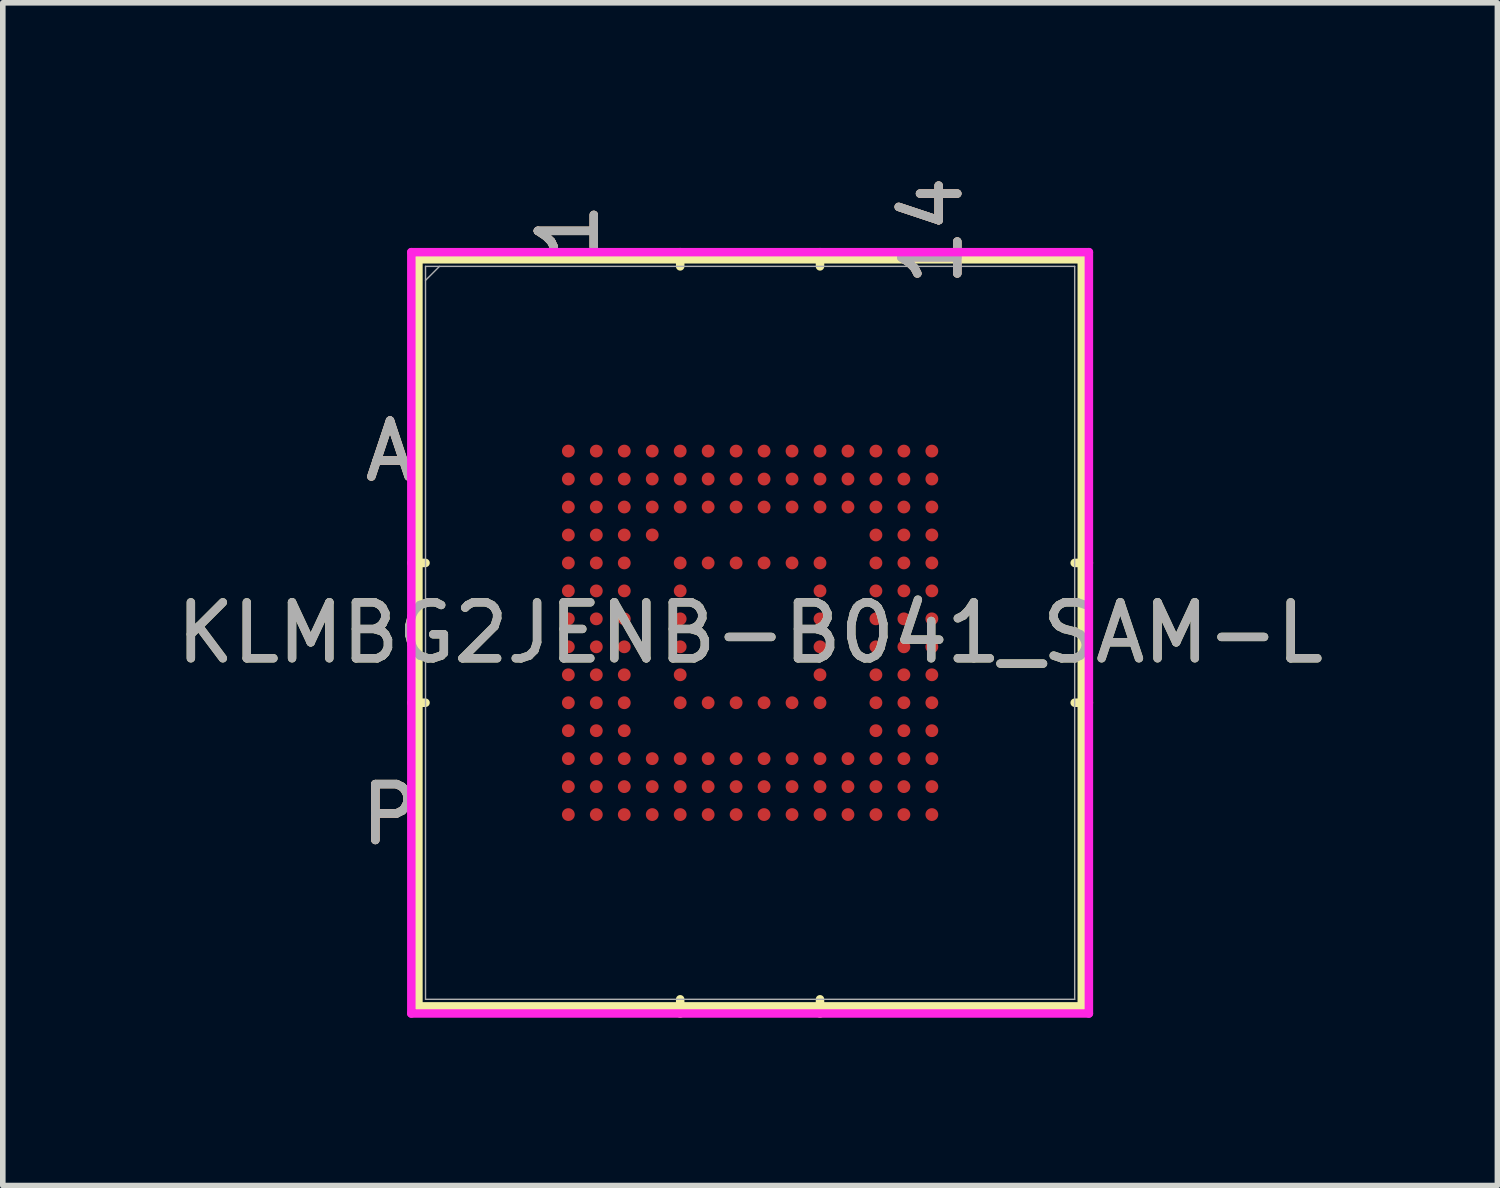
<source format=kicad_pcb>
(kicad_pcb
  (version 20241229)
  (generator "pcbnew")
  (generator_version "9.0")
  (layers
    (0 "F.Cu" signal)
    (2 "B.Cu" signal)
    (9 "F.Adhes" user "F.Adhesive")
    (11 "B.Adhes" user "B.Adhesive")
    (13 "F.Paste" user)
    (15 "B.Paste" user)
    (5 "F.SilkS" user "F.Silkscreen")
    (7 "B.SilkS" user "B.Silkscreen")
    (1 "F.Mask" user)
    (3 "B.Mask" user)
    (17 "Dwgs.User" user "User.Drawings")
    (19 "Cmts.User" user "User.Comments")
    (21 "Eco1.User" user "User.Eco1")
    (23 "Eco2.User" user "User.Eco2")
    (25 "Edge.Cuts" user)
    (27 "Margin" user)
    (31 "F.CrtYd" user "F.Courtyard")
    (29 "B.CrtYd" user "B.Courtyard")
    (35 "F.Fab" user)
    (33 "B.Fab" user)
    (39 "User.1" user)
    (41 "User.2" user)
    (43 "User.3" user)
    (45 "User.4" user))
  (footprint "KLMBG2JENB-B041_SAM-L"
    (layer "F.Cu")
    (at 10.363 8.266)
    (property "Reference" "KLMBG2JENB-B041_SAM-L" (at 0 0 0) (unlocked yes) (layer "F.SilkS") (effects (font (size 1 1) (thickness 0.15))))
    (attr smd)
    (fp_line (start -5.931 -6.68) (end -5.931 6.68) (stroke (width 0.152) (type solid)) (layer "F.SilkS"))
    (fp_line (start -5.931 6.68) (end 5.931 6.68) (stroke (width 0.152) (type solid)) (layer "F.SilkS"))
    (fp_line (start -5.804 -1.25) (end -6.058 -1.25) (stroke (width 0.152) (type solid)) (layer "F.SilkS"))
    (fp_line (start -5.804 1.25) (end -6.058 1.25) (stroke (width 0.152) (type solid)) (layer "F.SilkS"))
    (fp_line (start -1.25 -6.553) (end -1.25 -6.807) (stroke (width 0.152) (type solid)) (layer "F.SilkS"))
    (fp_line (start -1.25 6.553) (end -1.25 6.807) (stroke (width 0.152) (type solid)) (layer "F.SilkS"))
    (fp_line (start 1.25 -6.553) (end 1.25 -6.807) (stroke (width 0.152) (type solid)) (layer "F.SilkS"))
    (fp_line (start 1.25 6.553) (end 1.25 6.807) (stroke (width 0.152) (type solid)) (layer "F.SilkS"))
    (fp_line (start 5.804 -1.25) (end 6.058 -1.25) (stroke (width 0.152) (type solid)) (layer "F.SilkS"))
    (fp_line (start 5.804 1.25) (end 6.058 1.25) (stroke (width 0.152) (type solid)) (layer "F.SilkS"))
    (fp_line (start 5.931 -6.68) (end -5.931 -6.68) (stroke (width 0.152) (type solid)) (layer "F.SilkS"))
    (fp_line (start 5.931 6.68) (end 5.931 -6.68) (stroke (width 0.152) (type solid)) (layer "F.SilkS"))
    (fp_poly (pts (xy -3.945 -3.945) (xy 3.945 -3.945) (xy 3.945 3.945) (xy -3.945 3.945)) (stroke (width 0.1) (type solid)) (fill no) (layer "Eco2.User"))
    (fp_line (start -6.058 -6.807) (end 6.058 -6.807) (stroke (width 0.152) (type solid)) (layer "F.CrtYd"))
    (fp_line (start -6.058 6.807) (end -6.058 -6.807) (stroke (width 0.152) (type solid)) (layer "F.CrtYd"))
    (fp_line (start 6.058 -6.807) (end 6.058 6.807) (stroke (width 0.152) (type solid)) (layer "F.CrtYd"))
    (fp_line (start 6.058 6.807) (end -6.058 6.807) (stroke (width 0.152) (type solid)) (layer "F.CrtYd"))
    (fp_line (start -5.804 -6.553) (end -5.804 6.553) (stroke (width 0.025) (type solid)) (layer "F.Fab"))
    (fp_line (start -5.804 6.553) (end 5.804 6.553) (stroke (width 0.025) (type solid)) (layer "F.Fab"))
    (fp_line (start -5.554 -6.553) (end -5.804 -6.303) (stroke (width 0.025) (type solid)) (layer "F.Fab"))
    (fp_line (start 5.804 -6.553) (end -5.804 -6.553) (stroke (width 0.025) (type solid)) (layer "F.Fab"))
    (fp_line (start 5.804 6.553) (end 5.804 -6.553) (stroke (width 0.025) (type solid)) (layer "F.Fab"))
    (fp_text user "1" (at -3.25 -7.188 90) (unlocked yes) (layer "F.SilkS") (effects (font (size 1 1) (thickness 0.15))))
    (fp_text user "A" (at -6.439 -3.25 0) (unlocked yes) (layer "F.SilkS") (effects (font (size 1 1) (thickness 0.15))))
    (fp_text user "14" (at 3.25 -7.188 90) (unlocked yes) (layer "F.SilkS") (effects (font (size 1 1) (thickness 0.15))))
    (fp_text user "P" (at -6.439 3.25 0) (unlocked yes) (layer "F.SilkS") (effects (font (size 1 1) (thickness 0.15))))
    (fp_text user "P" (at -6.439 3.25 0) (unlocked yes) (layer "B.SilkS") (effects (font (size 1 1) (thickness 0.15))))
    (fp_text user "1" (at -3.25 -7.188 90) (unlocked yes) (layer "B.SilkS") (effects (font (size 1 1) (thickness 0.15))))
    (fp_text user "14" (at 3.25 -7.188 90) (unlocked yes) (layer "B.SilkS") (effects (font (size 1 1) (thickness 0.15))))
    (fp_text user "A" (at -6.439 -3.25 0) (unlocked yes) (layer "B.SilkS") (effects (font (size 1 1) (thickness 0.15))))
    (fp_text user "P" (at -6.439 3.25 0) (unlocked yes) (layer "F.Fab") (effects (font (size 1 1) (thickness 0.15))))
    (fp_text user "A" (at -6.439 -3.25 0) (unlocked yes) (layer "F.Fab") (effects (font (size 1 1) (thickness 0.15))))
    (fp_text user "1" (at -3.25 -7.188 90) (unlocked yes) (layer "F.Fab") (effects (font (size 1 1) (thickness 0.15))))
    (fp_text user "14" (at 3.25 -7.188 90) (unlocked yes) (layer "F.Fab") (effects (font (size 1 1) (thickness 0.15))))
    (fp_text user "${REFERENCE}" (at 0 0 0) (unlocked yes) (layer "F.Fab") (effects (font (size 1 1) (thickness 0.15))))
    (pad "A1" smd circle (at -3.25 -3.25) (size 0.229 0.229) (layers "F.Cu" "F.Mask" "F.Paste"))
    (pad "A2" smd circle (at -2.75 -3.25) (size 0.229 0.229) (layers "F.Cu" "F.Mask" "F.Paste"))
    (pad "A3" smd circle (at -2.25 -3.25) (size 0.229 0.229) (layers "F.Cu" "F.Mask" "F.Paste"))
    (pad "A4" smd circle (at -1.75 -3.25) (size 0.229 0.229) (layers "F.Cu" "F.Mask" "F.Paste"))
    (pad "A5" smd circle (at -1.25 -3.25) (size 0.229 0.229) (layers "F.Cu" "F.Mask" "F.Paste"))
    (pad "A6" smd circle (at -0.75 -3.25) (size 0.229 0.229) (layers "F.Cu" "F.Mask" "F.Paste"))
    (pad "A7" smd circle (at -0.25 -3.25) (size 0.229 0.229) (layers "F.Cu" "F.Mask" "F.Paste"))
    (pad "A8" smd circle (at 0.25 -3.25) (size 0.229 0.229) (layers "F.Cu" "F.Mask" "F.Paste"))
    (pad "A9" smd circle (at 0.75 -3.25) (size 0.229 0.229) (layers "F.Cu" "F.Mask" "F.Paste"))
    (pad "A10" smd circle (at 1.25 -3.25) (size 0.229 0.229) (layers "F.Cu" "F.Mask" "F.Paste"))
    (pad "A11" smd circle (at 1.75 -3.25) (size 0.229 0.229) (layers "F.Cu" "F.Mask" "F.Paste"))
    (pad "A12" smd circle (at 2.25 -3.25) (size 0.229 0.229) (layers "F.Cu" "F.Mask" "F.Paste"))
    (pad "A13" smd circle (at 2.75 -3.25) (size 0.229 0.229) (layers "F.Cu" "F.Mask" "F.Paste"))
    (pad "A14" smd circle (at 3.25 -3.25) (size 0.229 0.229) (layers "F.Cu" "F.Mask" "F.Paste"))
    (pad "B1" smd circle (at -3.25 -2.75) (size 0.229 0.229) (layers "F.Cu" "F.Mask" "F.Paste"))
    (pad "B2" smd circle (at -2.75 -2.75) (size 0.229 0.229) (layers "F.Cu" "F.Mask" "F.Paste"))
    (pad "B3" smd circle (at -2.25 -2.75) (size 0.229 0.229) (layers "F.Cu" "F.Mask" "F.Paste"))
    (pad "B4" smd circle (at -1.75 -2.75) (size 0.229 0.229) (layers "F.Cu" "F.Mask" "F.Paste"))
    (pad "B5" smd circle (at -1.25 -2.75) (size 0.229 0.229) (layers "F.Cu" "F.Mask" "F.Paste"))
    (pad "B6" smd circle (at -0.75 -2.75) (size 0.229 0.229) (layers "F.Cu" "F.Mask" "F.Paste"))
    (pad "B7" smd circle (at -0.25 -2.75) (size 0.229 0.229) (layers "F.Cu" "F.Mask" "F.Paste"))
    (pad "B8" smd circle (at 0.25 -2.75) (size 0.229 0.229) (layers "F.Cu" "F.Mask" "F.Paste"))
    (pad "B9" smd circle (at 0.75 -2.75) (size 0.229 0.229) (layers "F.Cu" "F.Mask" "F.Paste"))
    (pad "B10" smd circle (at 1.25 -2.75) (size 0.229 0.229) (layers "F.Cu" "F.Mask" "F.Paste"))
    (pad "B11" smd circle (at 1.75 -2.75) (size 0.229 0.229) (layers "F.Cu" "F.Mask" "F.Paste"))
    (pad "B12" smd circle (at 2.25 -2.75) (size 0.229 0.229) (layers "F.Cu" "F.Mask" "F.Paste"))
    (pad "B13" smd circle (at 2.75 -2.75) (size 0.229 0.229) (layers "F.Cu" "F.Mask" "F.Paste"))
    (pad "B14" smd circle (at 3.25 -2.75) (size 0.229 0.229) (layers "F.Cu" "F.Mask" "F.Paste"))
    (pad "C1" smd circle (at -3.25 -2.25) (size 0.229 0.229) (layers "F.Cu" "F.Mask" "F.Paste"))
    (pad "C2" smd circle (at -2.75 -2.25) (size 0.229 0.229) (layers "F.Cu" "F.Mask" "F.Paste"))
    (pad "C3" smd circle (at -2.25 -2.25) (size 0.229 0.229) (layers "F.Cu" "F.Mask" "F.Paste"))
    (pad "C4" smd circle (at -1.75 -2.25) (size 0.229 0.229) (layers "F.Cu" "F.Mask" "F.Paste"))
    (pad "C5" smd circle (at -1.25 -2.25) (size 0.229 0.229) (layers "F.Cu" "F.Mask" "F.Paste"))
    (pad "C6" smd circle (at -0.75 -2.25) (size 0.229 0.229) (layers "F.Cu" "F.Mask" "F.Paste"))
    (pad "C7" smd circle (at -0.25 -2.25) (size 0.229 0.229) (layers "F.Cu" "F.Mask" "F.Paste"))
    (pad "C8" smd circle (at 0.25 -2.25) (size 0.229 0.229) (layers "F.Cu" "F.Mask" "F.Paste"))
    (pad "C9" smd circle (at 0.75 -2.25) (size 0.229 0.229) (layers "F.Cu" "F.Mask" "F.Paste"))
    (pad "C10" smd circle (at 1.25 -2.25) (size 0.229 0.229) (layers "F.Cu" "F.Mask" "F.Paste"))
    (pad "C11" smd circle (at 1.75 -2.25) (size 0.229 0.229) (layers "F.Cu" "F.Mask" "F.Paste"))
    (pad "C12" smd circle (at 2.25 -2.25) (size 0.229 0.229) (layers "F.Cu" "F.Mask" "F.Paste"))
    (pad "C13" smd circle (at 2.75 -2.25) (size 0.229 0.229) (layers "F.Cu" "F.Mask" "F.Paste"))
    (pad "C14" smd circle (at 3.25 -2.25) (size 0.229 0.229) (layers "F.Cu" "F.Mask" "F.Paste"))
    (pad "D1" smd circle (at -3.25 -1.75) (size 0.229 0.229) (layers "F.Cu" "F.Mask" "F.Paste"))
    (pad "D2" smd circle (at -2.75 -1.75) (size 0.229 0.229) (layers "F.Cu" "F.Mask" "F.Paste"))
    (pad "D3" smd circle (at -2.25 -1.75) (size 0.229 0.229) (layers "F.Cu" "F.Mask" "F.Paste"))
    (pad "D4" smd circle (at -1.75 -1.75) (size 0.229 0.229) (layers "F.Cu" "F.Mask" "F.Paste"))
    (pad "D12" smd circle (at 2.25 -1.75) (size 0.229 0.229) (layers "F.Cu" "F.Mask" "F.Paste"))
    (pad "D13" smd circle (at 2.75 -1.75) (size 0.229 0.229) (layers "F.Cu" "F.Mask" "F.Paste"))
    (pad "D14" smd circle (at 3.25 -1.75) (size 0.229 0.229) (layers "F.Cu" "F.Mask" "F.Paste"))
    (pad "E1" smd circle (at -3.25 -1.25) (size 0.229 0.229) (layers "F.Cu" "F.Mask" "F.Paste"))
    (pad "E2" smd circle (at -2.75 -1.25) (size 0.229 0.229) (layers "F.Cu" "F.Mask" "F.Paste"))
    (pad "E3" smd circle (at -2.25 -1.25) (size 0.229 0.229) (layers "F.Cu" "F.Mask" "F.Paste"))
    (pad "E5" smd circle (at -1.25 -1.25) (size 0.229 0.229) (layers "F.Cu" "F.Mask" "F.Paste"))
    (pad "E6" smd circle (at -0.75 -1.25) (size 0.229 0.229) (layers "F.Cu" "F.Mask" "F.Paste"))
    (pad "E7" smd circle (at -0.25 -1.25) (size 0.229 0.229) (layers "F.Cu" "F.Mask" "F.Paste"))
    (pad "E8" smd circle (at 0.25 -1.25) (size 0.229 0.229) (layers "F.Cu" "F.Mask" "F.Paste"))
    (pad "E9" smd circle (at 0.75 -1.25) (size 0.229 0.229) (layers "F.Cu" "F.Mask" "F.Paste"))
    (pad "E10" smd circle (at 1.25 -1.25) (size 0.229 0.229) (layers "F.Cu" "F.Mask" "F.Paste"))
    (pad "E12" smd circle (at 2.25 -1.25) (size 0.229 0.229) (layers "F.Cu" "F.Mask" "F.Paste"))
    (pad "E13" smd circle (at 2.75 -1.25) (size 0.229 0.229) (layers "F.Cu" "F.Mask" "F.Paste"))
    (pad "E14" smd circle (at 3.25 -1.25) (size 0.229 0.229) (layers "F.Cu" "F.Mask" "F.Paste"))
    (pad "F1" smd circle (at -3.25 -0.75) (size 0.229 0.229) (layers "F.Cu" "F.Mask" "F.Paste"))
    (pad "F2" smd circle (at -2.75 -0.75) (size 0.229 0.229) (layers "F.Cu" "F.Mask" "F.Paste"))
    (pad "F3" smd circle (at -2.25 -0.75) (size 0.229 0.229) (layers "F.Cu" "F.Mask" "F.Paste"))
    (pad "F5" smd circle (at -1.25 -0.75) (size 0.229 0.229) (layers "F.Cu" "F.Mask" "F.Paste"))
    (pad "F10" smd circle (at 1.25 -0.75) (size 0.229 0.229) (layers "F.Cu" "F.Mask" "F.Paste"))
    (pad "F12" smd circle (at 2.25 -0.75) (size 0.229 0.229) (layers "F.Cu" "F.Mask" "F.Paste"))
    (pad "F13" smd circle (at 2.75 -0.75) (size 0.229 0.229) (layers "F.Cu" "F.Mask" "F.Paste"))
    (pad "F14" smd circle (at 3.25 -0.75) (size 0.229 0.229) (layers "F.Cu" "F.Mask" "F.Paste"))
    (pad "G1" smd circle (at -3.25 -0.25) (size 0.229 0.229) (layers "F.Cu" "F.Mask" "F.Paste"))
    (pad "G2" smd circle (at -2.75 -0.25) (size 0.229 0.229) (layers "F.Cu" "F.Mask" "F.Paste"))
    (pad "G3" smd circle (at -2.25 -0.25) (size 0.229 0.229) (layers "F.Cu" "F.Mask" "F.Paste"))
    (pad "G5" smd circle (at -1.25 -0.25) (size 0.229 0.229) (layers "F.Cu" "F.Mask" "F.Paste"))
    (pad "G10" smd circle (at 1.25 -0.25) (size 0.229 0.229) (layers "F.Cu" "F.Mask" "F.Paste"))
    (pad "G12" smd circle (at 2.25 -0.25) (size 0.229 0.229) (layers "F.Cu" "F.Mask" "F.Paste"))
    (pad "G13" smd circle (at 2.75 -0.25) (size 0.229 0.229) (layers "F.Cu" "F.Mask" "F.Paste"))
    (pad "G14" smd circle (at 3.25 -0.25) (size 0.229 0.229) (layers "F.Cu" "F.Mask" "F.Paste"))
    (pad "H1" smd circle (at -3.25 0.25) (size 0.229 0.229) (layers "F.Cu" "F.Mask" "F.Paste"))
    (pad "H2" smd circle (at -2.75 0.25) (size 0.229 0.229) (layers "F.Cu" "F.Mask" "F.Paste"))
    (pad "H3" smd circle (at -2.25 0.25) (size 0.229 0.229) (layers "F.Cu" "F.Mask" "F.Paste"))
    (pad "H5" smd circle (at -1.25 0.25) (size 0.229 0.229) (layers "F.Cu" "F.Mask" "F.Paste"))
    (pad "H10" smd circle (at 1.25 0.25) (size 0.229 0.229) (layers "F.Cu" "F.Mask" "F.Paste"))
    (pad "H12" smd circle (at 2.25 0.25) (size 0.229 0.229) (layers "F.Cu" "F.Mask" "F.Paste"))
    (pad "H13" smd circle (at 2.75 0.25) (size 0.229 0.229) (layers "F.Cu" "F.Mask" "F.Paste"))
    (pad "H14" smd circle (at 3.25 0.25) (size 0.229 0.229) (layers "F.Cu" "F.Mask" "F.Paste"))
    (pad "J1" smd circle (at -3.25 0.75) (size 0.229 0.229) (layers "F.Cu" "F.Mask" "F.Paste"))
    (pad "J2" smd circle (at -2.75 0.75) (size 0.229 0.229) (layers "F.Cu" "F.Mask" "F.Paste"))
    (pad "J3" smd circle (at -2.25 0.75) (size 0.229 0.229) (layers "F.Cu" "F.Mask" "F.Paste"))
    (pad "J5" smd circle (at -1.25 0.75) (size 0.229 0.229) (layers "F.Cu" "F.Mask" "F.Paste"))
    (pad "J10" smd circle (at 1.25 0.75) (size 0.229 0.229) (layers "F.Cu" "F.Mask" "F.Paste"))
    (pad "J12" smd circle (at 2.25 0.75) (size 0.229 0.229) (layers "F.Cu" "F.Mask" "F.Paste"))
    (pad "J13" smd circle (at 2.75 0.75) (size 0.229 0.229) (layers "F.Cu" "F.Mask" "F.Paste"))
    (pad "J14" smd circle (at 3.25 0.75) (size 0.229 0.229) (layers "F.Cu" "F.Mask" "F.Paste"))
    (pad "K1" smd circle (at -3.25 1.25) (size 0.229 0.229) (layers "F.Cu" "F.Mask" "F.Paste"))
    (pad "K2" smd circle (at -2.75 1.25) (size 0.229 0.229) (layers "F.Cu" "F.Mask" "F.Paste"))
    (pad "K3" smd circle (at -2.25 1.25) (size 0.229 0.229) (layers "F.Cu" "F.Mask" "F.Paste"))
    (pad "K5" smd circle (at -1.25 1.25) (size 0.229 0.229) (layers "F.Cu" "F.Mask" "F.Paste"))
    (pad "K6" smd circle (at -0.75 1.25) (size 0.229 0.229) (layers "F.Cu" "F.Mask" "F.Paste"))
    (pad "K7" smd circle (at -0.25 1.25) (size 0.229 0.229) (layers "F.Cu" "F.Mask" "F.Paste"))
    (pad "K8" smd circle (at 0.25 1.25) (size 0.229 0.229) (layers "F.Cu" "F.Mask" "F.Paste"))
    (pad "K9" smd circle (at 0.75 1.25) (size 0.229 0.229) (layers "F.Cu" "F.Mask" "F.Paste"))
    (pad "K10" smd circle (at 1.25 1.25) (size 0.229 0.229) (layers "F.Cu" "F.Mask" "F.Paste"))
    (pad "K12" smd circle (at 2.25 1.25) (size 0.229 0.229) (layers "F.Cu" "F.Mask" "F.Paste"))
    (pad "K13" smd circle (at 2.75 1.25) (size 0.229 0.229) (layers "F.Cu" "F.Mask" "F.Paste"))
    (pad "K14" smd circle (at 3.25 1.25) (size 0.229 0.229) (layers "F.Cu" "F.Mask" "F.Paste"))
    (pad "L1" smd circle (at -3.25 1.75) (size 0.229 0.229) (layers "F.Cu" "F.Mask" "F.Paste"))
    (pad "L2" smd circle (at -2.75 1.75) (size 0.229 0.229) (layers "F.Cu" "F.Mask" "F.Paste"))
    (pad "L3" smd circle (at -2.25 1.75) (size 0.229 0.229) (layers "F.Cu" "F.Mask" "F.Paste"))
    (pad "L12" smd circle (at 2.25 1.75) (size 0.229 0.229) (layers "F.Cu" "F.Mask" "F.Paste"))
    (pad "L13" smd circle (at 2.75 1.75) (size 0.229 0.229) (layers "F.Cu" "F.Mask" "F.Paste"))
    (pad "L14" smd circle (at 3.25 1.75) (size 0.229 0.229) (layers "F.Cu" "F.Mask" "F.Paste"))
    (pad "M1" smd circle (at -3.25 2.25) (size 0.229 0.229) (layers "F.Cu" "F.Mask" "F.Paste"))
    (pad "M2" smd circle (at -2.75 2.25) (size 0.229 0.229) (layers "F.Cu" "F.Mask" "F.Paste"))
    (pad "M3" smd circle (at -2.25 2.25) (size 0.229 0.229) (layers "F.Cu" "F.Mask" "F.Paste"))
    (pad "M4" smd circle (at -1.75 2.25) (size 0.229 0.229) (layers "F.Cu" "F.Mask" "F.Paste"))
    (pad "M5" smd circle (at -1.25 2.25) (size 0.229 0.229) (layers "F.Cu" "F.Mask" "F.Paste"))
    (pad "M6" smd circle (at -0.75 2.25) (size 0.229 0.229) (layers "F.Cu" "F.Mask" "F.Paste"))
    (pad "M7" smd circle (at -0.25 2.25) (size 0.229 0.229) (layers "F.Cu" "F.Mask" "F.Paste"))
    (pad "M8" smd circle (at 0.25 2.25) (size 0.229 0.229) (layers "F.Cu" "F.Mask" "F.Paste"))
    (pad "M9" smd circle (at 0.75 2.25) (size 0.229 0.229) (layers "F.Cu" "F.Mask" "F.Paste"))
    (pad "M10" smd circle (at 1.25 2.25) (size 0.229 0.229) (layers "F.Cu" "F.Mask" "F.Paste"))
    (pad "M11" smd circle (at 1.75 2.25) (size 0.229 0.229) (layers "F.Cu" "F.Mask" "F.Paste"))
    (pad "M12" smd circle (at 2.25 2.25) (size 0.229 0.229) (layers "F.Cu" "F.Mask" "F.Paste"))
    (pad "M13" smd circle (at 2.75 2.25) (size 0.229 0.229) (layers "F.Cu" "F.Mask" "F.Paste"))
    (pad "M14" smd circle (at 3.25 2.25) (size 0.229 0.229) (layers "F.Cu" "F.Mask" "F.Paste"))
    (pad "N1" smd circle (at -3.25 2.75) (size 0.229 0.229) (layers "F.Cu" "F.Mask" "F.Paste"))
    (pad "N2" smd circle (at -2.75 2.75) (size 0.229 0.229) (layers "F.Cu" "F.Mask" "F.Paste"))
    (pad "N3" smd circle (at -2.25 2.75) (size 0.229 0.229) (layers "F.Cu" "F.Mask" "F.Paste"))
    (pad "N4" smd circle (at -1.75 2.75) (size 0.229 0.229) (layers "F.Cu" "F.Mask" "F.Paste"))
    (pad "N5" smd circle (at -1.25 2.75) (size 0.229 0.229) (layers "F.Cu" "F.Mask" "F.Paste"))
    (pad "N6" smd circle (at -0.75 2.75) (size 0.229 0.229) (layers "F.Cu" "F.Mask" "F.Paste"))
    (pad "N7" smd circle (at -0.25 2.75) (size 0.229 0.229) (layers "F.Cu" "F.Mask" "F.Paste"))
    (pad "N8" smd circle (at 0.25 2.75) (size 0.229 0.229) (layers "F.Cu" "F.Mask" "F.Paste"))
    (pad "N9" smd circle (at 0.75 2.75) (size 0.229 0.229) (layers "F.Cu" "F.Mask" "F.Paste"))
    (pad "N10" smd circle (at 1.25 2.75) (size 0.229 0.229) (layers "F.Cu" "F.Mask" "F.Paste"))
    (pad "N11" smd circle (at 1.75 2.75) (size 0.229 0.229) (layers "F.Cu" "F.Mask" "F.Paste"))
    (pad "N12" smd circle (at 2.25 2.75) (size 0.229 0.229) (layers "F.Cu" "F.Mask" "F.Paste"))
    (pad "N13" smd circle (at 2.75 2.75) (size 0.229 0.229) (layers "F.Cu" "F.Mask" "F.Paste"))
    (pad "N14" smd circle (at 3.25 2.75) (size 0.229 0.229) (layers "F.Cu" "F.Mask" "F.Paste"))
    (pad "P1" smd circle (at -3.25 3.25) (size 0.229 0.229) (layers "F.Cu" "F.Mask" "F.Paste"))
    (pad "P2" smd circle (at -2.75 3.25) (size 0.229 0.229) (layers "F.Cu" "F.Mask" "F.Paste"))
    (pad "P3" smd circle (at -2.25 3.25) (size 0.229 0.229) (layers "F.Cu" "F.Mask" "F.Paste"))
    (pad "P4" smd circle (at -1.75 3.25) (size 0.229 0.229) (layers "F.Cu" "F.Mask" "F.Paste"))
    (pad "P5" smd circle (at -1.25 3.25) (size 0.229 0.229) (layers "F.Cu" "F.Mask" "F.Paste"))
    (pad "P6" smd circle (at -0.75 3.25) (size 0.229 0.229) (layers "F.Cu" "F.Mask" "F.Paste"))
    (pad "P7" smd circle (at -0.25 3.25) (size 0.229 0.229) (layers "F.Cu" "F.Mask" "F.Paste"))
    (pad "P8" smd circle (at 0.25 3.25) (size 0.229 0.229) (layers "F.Cu" "F.Mask" "F.Paste"))
    (pad "P9" smd circle (at 0.75 3.25) (size 0.229 0.229) (layers "F.Cu" "F.Mask" "F.Paste"))
    (pad "P10" smd circle (at 1.25 3.25) (size 0.229 0.229) (layers "F.Cu" "F.Mask" "F.Paste"))
    (pad "P11" smd circle (at 1.75 3.25) (size 0.229 0.229) (layers "F.Cu" "F.Mask" "F.Paste"))
    (pad "P12" smd circle (at 2.25 3.25) (size 0.229 0.229) (layers "F.Cu" "F.Mask" "F.Paste"))
    (pad "P13" smd circle (at 2.75 3.25) (size 0.229 0.229) (layers "F.Cu" "F.Mask" "F.Paste"))
    (pad "P14" smd circle (at 3.25 3.25) (size 0.229 0.229) (layers "F.Cu" "F.Mask" "F.Paste")))
  (gr_rect
    (start -3 -3)
    (end 23.726 18.149)
    (stroke (width 0.1) (type default))
    (fill no)
    (layer "Edge.Cuts")))
</source>
